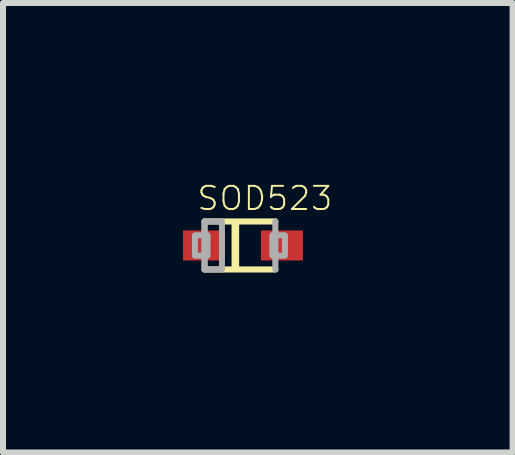
<source format=kicad_pcb>
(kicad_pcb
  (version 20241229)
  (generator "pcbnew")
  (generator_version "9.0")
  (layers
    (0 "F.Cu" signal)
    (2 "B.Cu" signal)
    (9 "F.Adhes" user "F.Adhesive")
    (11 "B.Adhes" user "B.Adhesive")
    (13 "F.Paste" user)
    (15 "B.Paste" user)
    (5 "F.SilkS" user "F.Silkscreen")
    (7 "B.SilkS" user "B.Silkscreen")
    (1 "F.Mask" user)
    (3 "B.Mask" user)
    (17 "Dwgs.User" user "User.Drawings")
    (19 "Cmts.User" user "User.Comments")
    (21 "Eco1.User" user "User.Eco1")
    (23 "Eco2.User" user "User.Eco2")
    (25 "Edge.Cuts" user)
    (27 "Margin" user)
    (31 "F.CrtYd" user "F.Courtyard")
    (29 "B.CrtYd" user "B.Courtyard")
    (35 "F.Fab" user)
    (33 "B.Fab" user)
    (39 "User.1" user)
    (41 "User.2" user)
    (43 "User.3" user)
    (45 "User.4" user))
  (footprint "SOD523"
    (layer "F.Cu")
    (at 0.95 1.042)
    (property "Reference" "SOD523" (at -0.737 -0.559 0) (layer "F.SilkS") (effects (font (size 0.386 0.386) (thickness 0.033)) (justify left bottom)))
    (attr through_hole)
    (fp_line (start -0.59 -0.4) (end 0.59 -0.4) (stroke (width 0.102) (type solid)) (layer "F.SilkS"))
    (fp_line (start 0.59 0.4) (end -0.59 0.4) (stroke (width 0.102) (type solid)) (layer "F.SilkS"))
    (fp_poly (pts (xy -0.14 0.394) (xy -0.013 0.394) (xy -0.013 -0.381) (xy -0.14 -0.381)) (stroke (width 0) (type solid)) (fill yes) (layer "F.SilkS"))
    (fp_line (start -0.59 0.4) (end -0.59 -0.4) (stroke (width 0.102) (type solid)) (layer "F.Fab"))
    (fp_line (start 0.59 -0.4) (end 0.59 0.4) (stroke (width 0.102) (type solid)) (layer "F.Fab"))
    (fp_poly (pts (xy -0.75 0.17) (xy -0.54 0.17) (xy -0.54 -0.17) (xy -0.75 -0.17)) (stroke (width 0.1) (type solid)) (fill no) (layer "F.Fab"))
    (fp_poly (pts (xy -0.59 0.4) (xy -0.3 0.4) (xy -0.3 -0.4) (xy -0.59 -0.4)) (stroke (width 0.1) (type solid)) (fill no) (layer "F.Fab"))
    (fp_poly (pts (xy 0.54 0.17) (xy 0.75 0.17) (xy 0.75 -0.17) (xy 0.54 -0.17)) (stroke (width 0.1) (type solid)) (fill no) (layer "F.Fab"))
    (pad "A" smd rect (at 0.7 0) (size 0.7 0.5) (layers "F.Cu" "F.Mask" "F.Paste"))
    (pad "C" smd rect (at -0.6 0) (size 0.7 0.5) (layers "F.Cu" "F.Mask" "F.Paste")))
  (gr_rect
    (start -3 -3)
    (end 5.495 4.493)
    (stroke (width 0.1) (type default))
    (fill no)
    (layer "Edge.Cuts")))
</source>
